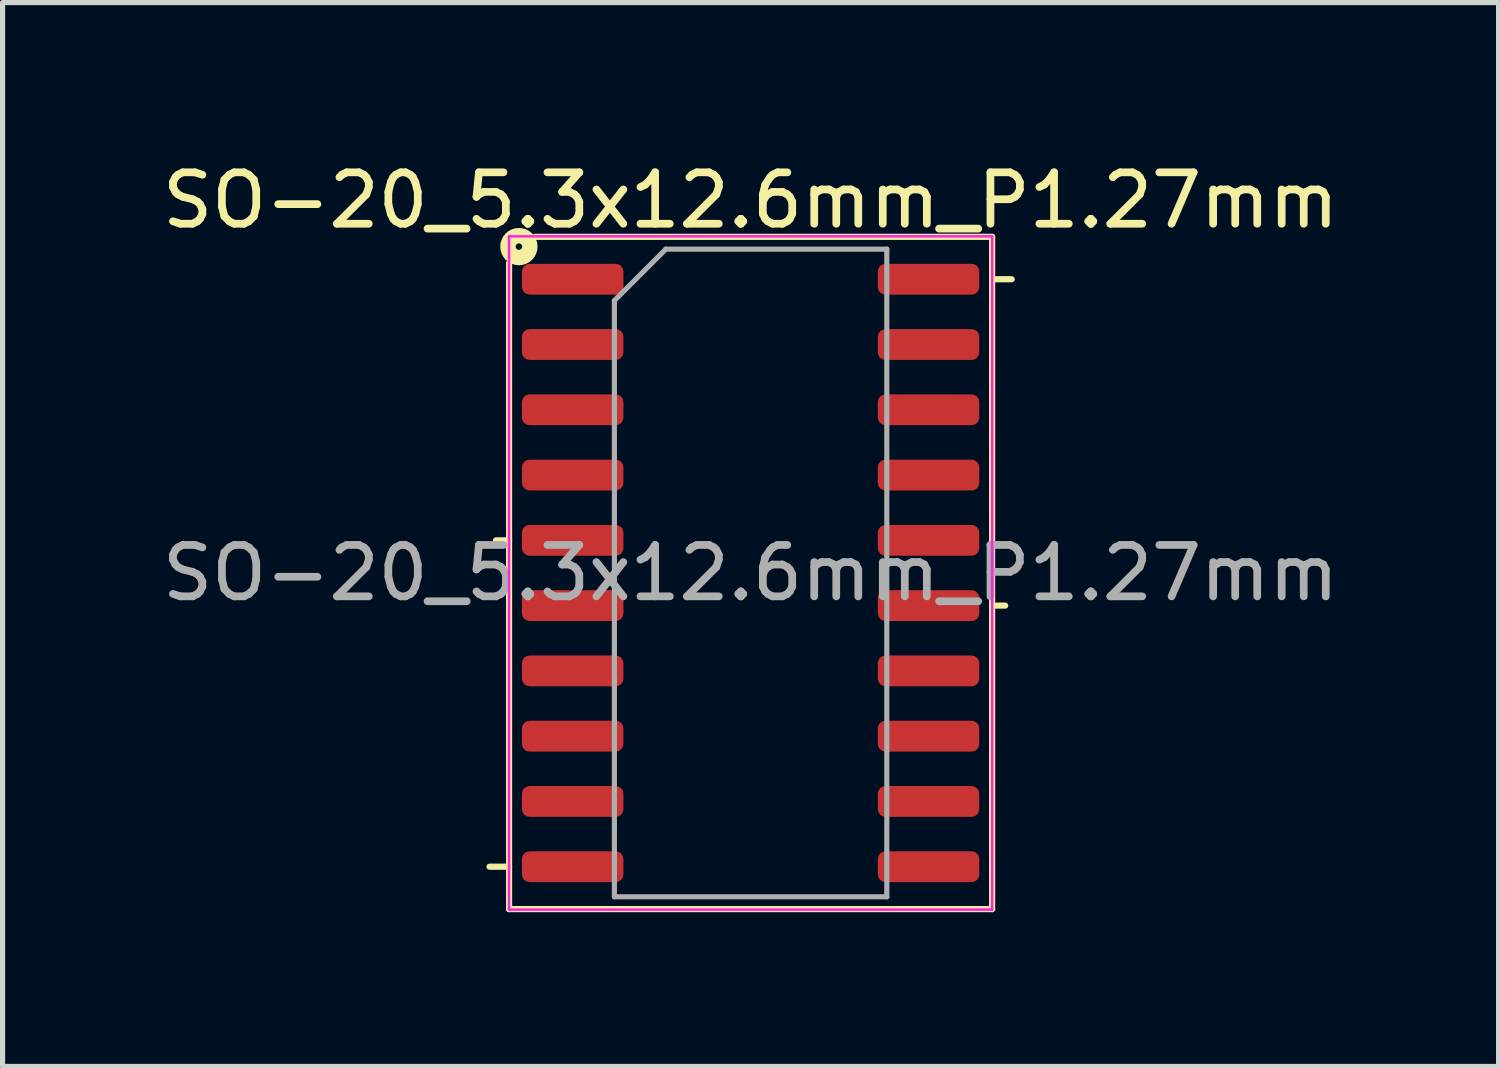
<source format=kicad_pcb>
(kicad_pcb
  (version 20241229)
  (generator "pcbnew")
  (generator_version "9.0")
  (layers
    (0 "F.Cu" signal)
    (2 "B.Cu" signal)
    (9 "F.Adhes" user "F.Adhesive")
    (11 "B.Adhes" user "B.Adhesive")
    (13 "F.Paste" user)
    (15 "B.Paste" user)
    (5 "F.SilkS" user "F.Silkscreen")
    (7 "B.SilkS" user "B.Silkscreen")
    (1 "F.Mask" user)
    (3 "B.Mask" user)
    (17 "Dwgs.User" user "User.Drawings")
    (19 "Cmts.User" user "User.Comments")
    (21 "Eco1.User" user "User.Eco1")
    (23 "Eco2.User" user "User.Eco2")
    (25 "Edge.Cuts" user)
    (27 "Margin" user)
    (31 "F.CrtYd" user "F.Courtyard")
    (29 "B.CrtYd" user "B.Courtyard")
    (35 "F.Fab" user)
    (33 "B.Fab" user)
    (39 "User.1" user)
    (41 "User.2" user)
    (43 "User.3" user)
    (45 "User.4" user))
  (footprint "SO-20_5.3x12.6mm_P1.27mm"
    (layer "F.Cu")
    (at 11.554 8.098)
    (property "Reference" "SO-20_5.3x12.6mm_P1.27mm" (at 0 -7.25 0) (layer "F.SilkS") (effects (font (size 1 1) (thickness 0.15))))
    (attr smd)
    (fp_line (start -4.699 -6.032) (end -4.699 6.54) (stroke (width 0.12) (type solid)) (layer "F.SilkS"))
    (fp_line (start -4.699 -0.635) (end -4.953 -0.635) (stroke (width 0.12) (type solid)) (layer "F.SilkS"))
    (fp_line (start -4.699 5.715) (end -5.08 5.715) (stroke (width 0.12) (type solid)) (layer "F.SilkS"))
    (fp_line (start -4.699 6.54) (end 4.699 6.54) (stroke (width 0.12) (type solid)) (layer "F.SilkS"))
    (fp_line (start 4.699 -6.54) (end -4.191 -6.54) (stroke (width 0.12) (type solid)) (layer "F.SilkS"))
    (fp_line (start 4.699 -5.715) (end 5.08 -5.715) (stroke (width 0.12) (type solid)) (layer "F.SilkS"))
    (fp_line (start 4.699 0.635) (end 4.953 0.635) (stroke (width 0.12) (type solid)) (layer "F.SilkS"))
    (fp_line (start 4.699 6.54) (end 4.699 -6.54) (stroke (width 0.12) (type solid)) (layer "F.SilkS"))
    (fp_circle (center -4.508 -6.35) (end -4.445 -6.35) (stroke (width 0.3) (type solid)) (fill no) (layer "F.SilkS"))
    (fp_line (start -4.7 -6.55) (end -4.7 6.55) (stroke (width 0.05) (type solid)) (layer "F.CrtYd"))
    (fp_line (start -4.7 6.55) (end 4.7 6.55) (stroke (width 0.05) (type solid)) (layer "F.CrtYd"))
    (fp_line (start 4.7 -6.55) (end -4.7 -6.55) (stroke (width 0.05) (type solid)) (layer "F.CrtYd"))
    (fp_line (start 4.7 6.55) (end 4.7 -6.55) (stroke (width 0.05) (type solid)) (layer "F.CrtYd"))
    (fp_line (start -2.65 -5.3) (end -1.65 -6.3) (stroke (width 0.1) (type solid)) (layer "F.Fab"))
    (fp_line (start -2.65 6.3) (end -2.65 -5.3) (stroke (width 0.1) (type solid)) (layer "F.Fab"))
    (fp_line (start -1.65 -6.3) (end 2.65 -6.3) (stroke (width 0.1) (type solid)) (layer "F.Fab"))
    (fp_line (start 2.65 -6.3) (end 2.65 6.3) (stroke (width 0.1) (type solid)) (layer "F.Fab"))
    (fp_line (start 2.65 6.3) (end -2.65 6.3) (stroke (width 0.1) (type solid)) (layer "F.Fab"))
    (fp_text user "${REFERENCE}" (at 0 0 0) (layer "F.Fab") (effects (font (size 1 1) (thickness 0.15))))
    (pad "1" smd roundrect (at -3.462 -5.715) (size 1.975 0.6) (layers "F.Cu" "F.Mask" "F.Paste") (roundrect_rratio 0.25))
    (pad "2" smd roundrect (at -3.462 -4.445) (size 1.975 0.6) (layers "F.Cu" "F.Mask" "F.Paste") (roundrect_rratio 0.25))
    (pad "3" smd roundrect (at -3.462 -3.175) (size 1.975 0.6) (layers "F.Cu" "F.Mask" "F.Paste") (roundrect_rratio 0.25))
    (pad "4" smd roundrect (at -3.462 -1.905) (size 1.975 0.6) (layers "F.Cu" "F.Mask" "F.Paste") (roundrect_rratio 0.25))
    (pad "5" smd roundrect (at -3.462 -0.635) (size 1.975 0.6) (layers "F.Cu" "F.Mask" "F.Paste") (roundrect_rratio 0.25))
    (pad "6" smd roundrect (at -3.462 0.635) (size 1.975 0.6) (layers "F.Cu" "F.Mask" "F.Paste") (roundrect_rratio 0.25))
    (pad "7" smd roundrect (at -3.462 1.905) (size 1.975 0.6) (layers "F.Cu" "F.Mask" "F.Paste") (roundrect_rratio 0.25))
    (pad "8" smd roundrect (at -3.462 3.175) (size 1.975 0.6) (layers "F.Cu" "F.Mask" "F.Paste") (roundrect_rratio 0.25))
    (pad "9" smd roundrect (at -3.462 4.445) (size 1.975 0.6) (layers "F.Cu" "F.Mask" "F.Paste") (roundrect_rratio 0.25))
    (pad "10" smd roundrect (at -3.462 5.715) (size 1.975 0.6) (layers "F.Cu" "F.Mask" "F.Paste") (roundrect_rratio 0.25))
    (pad "11" smd roundrect (at 3.462 5.715) (size 1.975 0.6) (layers "F.Cu" "F.Mask" "F.Paste") (roundrect_rratio 0.25))
    (pad "12" smd roundrect (at 3.462 4.445) (size 1.975 0.6) (layers "F.Cu" "F.Mask" "F.Paste") (roundrect_rratio 0.25))
    (pad "13" smd roundrect (at 3.462 3.175) (size 1.975 0.6) (layers "F.Cu" "F.Mask" "F.Paste") (roundrect_rratio 0.25))
    (pad "14" smd roundrect (at 3.462 1.905) (size 1.975 0.6) (layers "F.Cu" "F.Mask" "F.Paste") (roundrect_rratio 0.25))
    (pad "15" smd roundrect (at 3.462 0.635) (size 1.975 0.6) (layers "F.Cu" "F.Mask" "F.Paste") (roundrect_rratio 0.25))
    (pad "16" smd roundrect (at 3.462 -0.635) (size 1.975 0.6) (layers "F.Cu" "F.Mask" "F.Paste") (roundrect_rratio 0.25))
    (pad "17" smd roundrect (at 3.462 -1.905) (size 1.975 0.6) (layers "F.Cu" "F.Mask" "F.Paste") (roundrect_rratio 0.25))
    (pad "18" smd roundrect (at 3.462 -3.175) (size 1.975 0.6) (layers "F.Cu" "F.Mask" "F.Paste") (roundrect_rratio 0.25))
    (pad "19" smd roundrect (at 3.462 -4.445) (size 1.975 0.6) (layers "F.Cu" "F.Mask" "F.Paste") (roundrect_rratio 0.25))
    (pad "20" smd roundrect (at 3.462 -5.715) (size 1.975 0.6) (layers "F.Cu" "F.Mask" "F.Paste") (roundrect_rratio 0.25)))
  (gr_rect
    (start -3 -3)
    (end 26.107 17.699)
    (stroke (width 0.1) (type default))
    (fill no)
    (layer "Edge.Cuts")))
</source>
